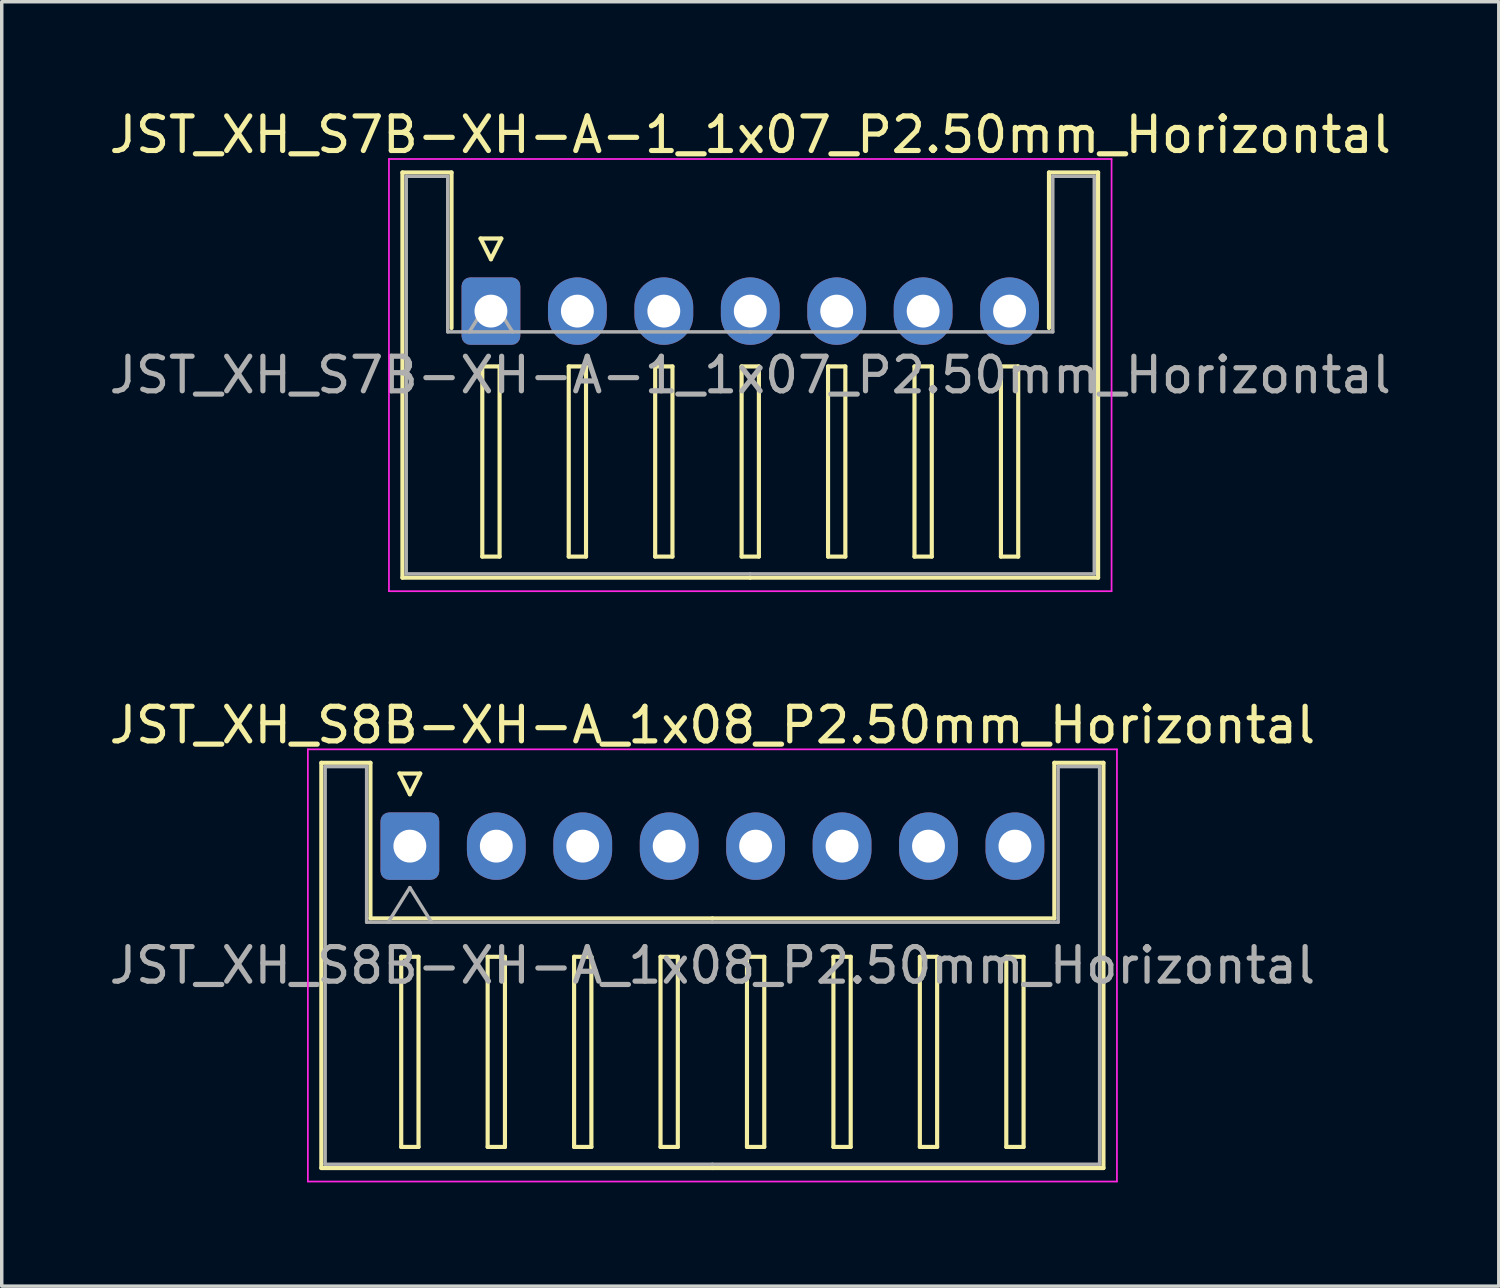
<source format=kicad_pcb>
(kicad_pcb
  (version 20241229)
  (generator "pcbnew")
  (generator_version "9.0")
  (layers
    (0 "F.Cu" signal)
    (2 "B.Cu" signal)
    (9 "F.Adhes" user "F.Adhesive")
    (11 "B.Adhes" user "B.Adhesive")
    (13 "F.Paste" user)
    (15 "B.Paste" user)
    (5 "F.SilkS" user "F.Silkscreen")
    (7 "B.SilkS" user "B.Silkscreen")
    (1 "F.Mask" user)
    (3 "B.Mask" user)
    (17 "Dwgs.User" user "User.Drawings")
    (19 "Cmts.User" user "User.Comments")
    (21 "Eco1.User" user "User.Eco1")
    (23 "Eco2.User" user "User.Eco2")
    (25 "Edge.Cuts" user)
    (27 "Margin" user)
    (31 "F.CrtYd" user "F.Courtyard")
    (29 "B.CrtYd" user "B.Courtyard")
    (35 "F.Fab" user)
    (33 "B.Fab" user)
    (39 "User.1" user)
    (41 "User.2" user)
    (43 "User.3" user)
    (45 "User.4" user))
  (footprint "JST_XH_S7B-XH-A-1_1x07_P2.50mm_Horizontal"
    (layer "F.Cu")
    (at 11.149 5.948)
    (property "Reference" "JST_XH_S7B-XH-A-1_1x07_P2.50mm_Horizontal" (at 7.5 -5.1 0) (layer "F.SilkS") (effects (font (size 1 1) (thickness 0.15))))
    (attr through_hole)
    (fp_line (start -2.56 -4.01) (end -1.14 -4.01) (stroke (width 0.12) (type solid)) (layer "F.SilkS"))
    (fp_line (start -2.56 7.71) (end -2.56 -4.01) (stroke (width 0.12) (type solid)) (layer "F.SilkS"))
    (fp_line (start -1.14 -4.01) (end -1.14 0.49) (stroke (width 0.12) (type solid)) (layer "F.SilkS"))
    (fp_line (start -0.3 -2.1) (end 0.3 -2.1) (stroke (width 0.12) (type solid)) (layer "F.SilkS"))
    (fp_line (start -0.25 1.6) (end -0.25 7.1) (stroke (width 0.12) (type solid)) (layer "F.SilkS"))
    (fp_line (start -0.25 7.1) (end 0.25 7.1) (stroke (width 0.12) (type solid)) (layer "F.SilkS"))
    (fp_line (start 0 -1.5) (end -0.3 -2.1) (stroke (width 0.12) (type solid)) (layer "F.SilkS"))
    (fp_line (start 0.25 1.6) (end -0.25 1.6) (stroke (width 0.12) (type solid)) (layer "F.SilkS"))
    (fp_line (start 0.25 7.1) (end 0.25 1.6) (stroke (width 0.12) (type solid)) (layer "F.SilkS"))
    (fp_line (start 0.3 -2.1) (end 0 -1.5) (stroke (width 0.12) (type solid)) (layer "F.SilkS"))
    (fp_line (start 2.25 1.6) (end 2.25 7.1) (stroke (width 0.12) (type solid)) (layer "F.SilkS"))
    (fp_line (start 2.25 7.1) (end 2.75 7.1) (stroke (width 0.12) (type solid)) (layer "F.SilkS"))
    (fp_line (start 2.75 1.6) (end 2.25 1.6) (stroke (width 0.12) (type solid)) (layer "F.SilkS"))
    (fp_line (start 2.75 7.1) (end 2.75 1.6) (stroke (width 0.12) (type solid)) (layer "F.SilkS"))
    (fp_line (start 4.75 1.6) (end 4.75 7.1) (stroke (width 0.12) (type solid)) (layer "F.SilkS"))
    (fp_line (start 4.75 7.1) (end 5.25 7.1) (stroke (width 0.12) (type solid)) (layer "F.SilkS"))
    (fp_line (start 5.25 1.6) (end 4.75 1.6) (stroke (width 0.12) (type solid)) (layer "F.SilkS"))
    (fp_line (start 5.25 7.1) (end 5.25 1.6) (stroke (width 0.12) (type solid)) (layer "F.SilkS"))
    (fp_line (start 7.25 1.6) (end 7.25 7.1) (stroke (width 0.12) (type solid)) (layer "F.SilkS"))
    (fp_line (start 7.25 7.1) (end 7.75 7.1) (stroke (width 0.12) (type solid)) (layer "F.SilkS"))
    (fp_line (start 7.5 7.71) (end -2.56 7.71) (stroke (width 0.12) (type solid)) (layer "F.SilkS"))
    (fp_line (start 7.5 7.71) (end 17.56 7.71) (stroke (width 0.12) (type solid)) (layer "F.SilkS"))
    (fp_line (start 7.75 1.6) (end 7.25 1.6) (stroke (width 0.12) (type solid)) (layer "F.SilkS"))
    (fp_line (start 7.75 7.1) (end 7.75 1.6) (stroke (width 0.12) (type solid)) (layer "F.SilkS"))
    (fp_line (start 9.75 1.6) (end 9.75 7.1) (stroke (width 0.12) (type solid)) (layer "F.SilkS"))
    (fp_line (start 9.75 7.1) (end 10.25 7.1) (stroke (width 0.12) (type solid)) (layer "F.SilkS"))
    (fp_line (start 10.25 1.6) (end 9.75 1.6) (stroke (width 0.12) (type solid)) (layer "F.SilkS"))
    (fp_line (start 10.25 7.1) (end 10.25 1.6) (stroke (width 0.12) (type solid)) (layer "F.SilkS"))
    (fp_line (start 12.25 1.6) (end 12.25 7.1) (stroke (width 0.12) (type solid)) (layer "F.SilkS"))
    (fp_line (start 12.25 7.1) (end 12.75 7.1) (stroke (width 0.12) (type solid)) (layer "F.SilkS"))
    (fp_line (start 12.75 1.6) (end 12.25 1.6) (stroke (width 0.12) (type solid)) (layer "F.SilkS"))
    (fp_line (start 12.75 7.1) (end 12.75 1.6) (stroke (width 0.12) (type solid)) (layer "F.SilkS"))
    (fp_line (start 14.75 1.6) (end 14.75 7.1) (stroke (width 0.12) (type solid)) (layer "F.SilkS"))
    (fp_line (start 14.75 7.1) (end 15.25 7.1) (stroke (width 0.12) (type solid)) (layer "F.SilkS"))
    (fp_line (start 15.25 1.6) (end 14.75 1.6) (stroke (width 0.12) (type solid)) (layer "F.SilkS"))
    (fp_line (start 15.25 7.1) (end 15.25 1.6) (stroke (width 0.12) (type solid)) (layer "F.SilkS"))
    (fp_line (start 16.14 -4.01) (end 16.14 0.49) (stroke (width 0.12) (type solid)) (layer "F.SilkS"))
    (fp_line (start 17.56 -4.01) (end 16.14 -4.01) (stroke (width 0.12) (type solid)) (layer "F.SilkS"))
    (fp_line (start 17.56 7.71) (end 17.56 -4.01) (stroke (width 0.12) (type solid)) (layer "F.SilkS"))
    (fp_line (start -2.95 -4.4) (end -2.95 8.1) (stroke (width 0.05) (type solid)) (layer "F.CrtYd"))
    (fp_line (start -2.95 8.1) (end 17.95 8.1) (stroke (width 0.05) (type solid)) (layer "F.CrtYd"))
    (fp_line (start 17.95 -4.4) (end -2.95 -4.4) (stroke (width 0.05) (type solid)) (layer "F.CrtYd"))
    (fp_line (start 17.95 8.1) (end 17.95 -4.4) (stroke (width 0.05) (type solid)) (layer "F.CrtYd"))
    (fp_line (start -2.45 -3.9) (end -1.25 -3.9) (stroke (width 0.1) (type solid)) (layer "F.Fab"))
    (fp_line (start -2.45 7.6) (end -2.45 -3.9) (stroke (width 0.1) (type solid)) (layer "F.Fab"))
    (fp_line (start -1.25 -3.9) (end -1.25 0.6) (stroke (width 0.1) (type solid)) (layer "F.Fab"))
    (fp_line (start -1.25 0.6) (end 7.5 0.6) (stroke (width 0.1) (type solid)) (layer "F.Fab"))
    (fp_line (start -0.625 0.6) (end 0 -0.4) (stroke (width 0.1) (type solid)) (layer "F.Fab"))
    (fp_line (start 0 -0.4) (end 0.625 0.6) (stroke (width 0.1) (type solid)) (layer "F.Fab"))
    (fp_line (start 7.5 7.6) (end -2.45 7.6) (stroke (width 0.1) (type solid)) (layer "F.Fab"))
    (fp_line (start 7.5 7.6) (end 17.45 7.6) (stroke (width 0.1) (type solid)) (layer "F.Fab"))
    (fp_line (start 16.25 -3.9) (end 16.25 0.6) (stroke (width 0.1) (type solid)) (layer "F.Fab"))
    (fp_line (start 16.25 0.6) (end 7.5 0.6) (stroke (width 0.1) (type solid)) (layer "F.Fab"))
    (fp_line (start 17.45 -3.9) (end 16.25 -3.9) (stroke (width 0.1) (type solid)) (layer "F.Fab"))
    (fp_line (start 17.45 7.6) (end 17.45 -3.9) (stroke (width 0.1) (type solid)) (layer "F.Fab"))
    (fp_text user "${REFERENCE}" (at 7.5 1.85 0) (layer "F.Fab") (effects (font (size 1 1) (thickness 0.15))))
    (pad "1" thru_hole roundrect (at 0 0) (size 1.7 1.95) (drill 0.95) (layers "*.Cu" "*.Mask") (roundrect_rratio 0.147))
    (pad "2" thru_hole oval (at 2.5 0) (size 1.7 1.95) (drill 0.95) (layers "*.Cu" "*.Mask"))
    (pad "3" thru_hole oval (at 5 0) (size 1.7 1.95) (drill 0.95) (layers "*.Cu" "*.Mask"))
    (pad "4" thru_hole oval (at 7.5 0) (size 1.7 1.95) (drill 0.95) (layers "*.Cu" "*.Mask"))
    (pad "5" thru_hole oval (at 10 0) (size 1.7 1.95) (drill 0.95) (layers "*.Cu" "*.Mask"))
    (pad "6" thru_hole oval (at 12.5 0) (size 1.7 1.95) (drill 0.95) (layers "*.Cu" "*.Mask"))
    (pad "7" thru_hole oval (at 15 0) (size 1.7 1.95) (drill 0.95) (layers "*.Cu" "*.Mask")))
  (footprint "JST_XH_S8B-XH-A_1x08_P2.50mm_Horizontal"
    (layer "F.Cu")
    (at 8.804 21.422)
    (property "Reference" "JST_XH_S8B-XH-A_1x08_P2.50mm_Horizontal" (at 8.75 -3.5 0) (layer "F.SilkS") (effects (font (size 1 1) (thickness 0.15))))
    (attr through_hole)
    (fp_line (start -2.56 -2.41) (end -1.14 -2.41) (stroke (width 0.12) (type solid)) (layer "F.SilkS"))
    (fp_line (start -2.56 9.31) (end -2.56 -2.41) (stroke (width 0.12) (type solid)) (layer "F.SilkS"))
    (fp_line (start -1.14 -2.41) (end -1.14 2.09) (stroke (width 0.12) (type solid)) (layer "F.SilkS"))
    (fp_line (start -1.14 2.09) (end 8.75 2.09) (stroke (width 0.12) (type solid)) (layer "F.SilkS"))
    (fp_line (start -0.3 -2.1) (end 0.3 -2.1) (stroke (width 0.12) (type solid)) (layer "F.SilkS"))
    (fp_line (start -0.25 3.2) (end -0.25 8.7) (stroke (width 0.12) (type solid)) (layer "F.SilkS"))
    (fp_line (start -0.25 8.7) (end 0.25 8.7) (stroke (width 0.12) (type solid)) (layer "F.SilkS"))
    (fp_line (start 0 -1.5) (end -0.3 -2.1) (stroke (width 0.12) (type solid)) (layer "F.SilkS"))
    (fp_line (start 0.25 3.2) (end -0.25 3.2) (stroke (width 0.12) (type solid)) (layer "F.SilkS"))
    (fp_line (start 0.25 8.7) (end 0.25 3.2) (stroke (width 0.12) (type solid)) (layer "F.SilkS"))
    (fp_line (start 0.3 -2.1) (end 0 -1.5) (stroke (width 0.12) (type solid)) (layer "F.SilkS"))
    (fp_line (start 2.25 3.2) (end 2.25 8.7) (stroke (width 0.12) (type solid)) (layer "F.SilkS"))
    (fp_line (start 2.25 8.7) (end 2.75 8.7) (stroke (width 0.12) (type solid)) (layer "F.SilkS"))
    (fp_line (start 2.75 3.2) (end 2.25 3.2) (stroke (width 0.12) (type solid)) (layer "F.SilkS"))
    (fp_line (start 2.75 8.7) (end 2.75 3.2) (stroke (width 0.12) (type solid)) (layer "F.SilkS"))
    (fp_line (start 4.75 3.2) (end 4.75 8.7) (stroke (width 0.12) (type solid)) (layer "F.SilkS"))
    (fp_line (start 4.75 8.7) (end 5.25 8.7) (stroke (width 0.12) (type solid)) (layer "F.SilkS"))
    (fp_line (start 5.25 3.2) (end 4.75 3.2) (stroke (width 0.12) (type solid)) (layer "F.SilkS"))
    (fp_line (start 5.25 8.7) (end 5.25 3.2) (stroke (width 0.12) (type solid)) (layer "F.SilkS"))
    (fp_line (start 7.25 3.2) (end 7.25 8.7) (stroke (width 0.12) (type solid)) (layer "F.SilkS"))
    (fp_line (start 7.25 8.7) (end 7.75 8.7) (stroke (width 0.12) (type solid)) (layer "F.SilkS"))
    (fp_line (start 7.75 3.2) (end 7.25 3.2) (stroke (width 0.12) (type solid)) (layer "F.SilkS"))
    (fp_line (start 7.75 8.7) (end 7.75 3.2) (stroke (width 0.12) (type solid)) (layer "F.SilkS"))
    (fp_line (start 8.75 9.31) (end -2.56 9.31) (stroke (width 0.12) (type solid)) (layer "F.SilkS"))
    (fp_line (start 8.75 9.31) (end 20.06 9.31) (stroke (width 0.12) (type solid)) (layer "F.SilkS"))
    (fp_line (start 9.75 3.2) (end 9.75 8.7) (stroke (width 0.12) (type solid)) (layer "F.SilkS"))
    (fp_line (start 9.75 8.7) (end 10.25 8.7) (stroke (width 0.12) (type solid)) (layer "F.SilkS"))
    (fp_line (start 10.25 3.2) (end 9.75 3.2) (stroke (width 0.12) (type solid)) (layer "F.SilkS"))
    (fp_line (start 10.25 8.7) (end 10.25 3.2) (stroke (width 0.12) (type solid)) (layer "F.SilkS"))
    (fp_line (start 12.25 3.2) (end 12.25 8.7) (stroke (width 0.12) (type solid)) (layer "F.SilkS"))
    (fp_line (start 12.25 8.7) (end 12.75 8.7) (stroke (width 0.12) (type solid)) (layer "F.SilkS"))
    (fp_line (start 12.75 3.2) (end 12.25 3.2) (stroke (width 0.12) (type solid)) (layer "F.SilkS"))
    (fp_line (start 12.75 8.7) (end 12.75 3.2) (stroke (width 0.12) (type solid)) (layer "F.SilkS"))
    (fp_line (start 14.75 3.2) (end 14.75 8.7) (stroke (width 0.12) (type solid)) (layer "F.SilkS"))
    (fp_line (start 14.75 8.7) (end 15.25 8.7) (stroke (width 0.12) (type solid)) (layer "F.SilkS"))
    (fp_line (start 15.25 3.2) (end 14.75 3.2) (stroke (width 0.12) (type solid)) (layer "F.SilkS"))
    (fp_line (start 15.25 8.7) (end 15.25 3.2) (stroke (width 0.12) (type solid)) (layer "F.SilkS"))
    (fp_line (start 17.25 3.2) (end 17.25 8.7) (stroke (width 0.12) (type solid)) (layer "F.SilkS"))
    (fp_line (start 17.25 8.7) (end 17.75 8.7) (stroke (width 0.12) (type solid)) (layer "F.SilkS"))
    (fp_line (start 17.75 3.2) (end 17.25 3.2) (stroke (width 0.12) (type solid)) (layer "F.SilkS"))
    (fp_line (start 17.75 8.7) (end 17.75 3.2) (stroke (width 0.12) (type solid)) (layer "F.SilkS"))
    (fp_line (start 18.64 -2.41) (end 18.64 2.09) (stroke (width 0.12) (type solid)) (layer "F.SilkS"))
    (fp_line (start 18.64 2.09) (end 8.75 2.09) (stroke (width 0.12) (type solid)) (layer "F.SilkS"))
    (fp_line (start 20.06 -2.41) (end 18.64 -2.41) (stroke (width 0.12) (type solid)) (layer "F.SilkS"))
    (fp_line (start 20.06 9.31) (end 20.06 -2.41) (stroke (width 0.12) (type solid)) (layer "F.SilkS"))
    (fp_line (start -2.95 -2.8) (end -2.95 9.7) (stroke (width 0.05) (type solid)) (layer "F.CrtYd"))
    (fp_line (start -2.95 9.7) (end 20.45 9.7) (stroke (width 0.05) (type solid)) (layer "F.CrtYd"))
    (fp_line (start 20.45 -2.8) (end -2.95 -2.8) (stroke (width 0.05) (type solid)) (layer "F.CrtYd"))
    (fp_line (start 20.45 9.7) (end 20.45 -2.8) (stroke (width 0.05) (type solid)) (layer "F.CrtYd"))
    (fp_line (start -2.45 -2.3) (end -1.25 -2.3) (stroke (width 0.1) (type solid)) (layer "F.Fab"))
    (fp_line (start -2.45 9.2) (end -2.45 -2.3) (stroke (width 0.1) (type solid)) (layer "F.Fab"))
    (fp_line (start -1.25 -2.3) (end -1.25 2.2) (stroke (width 0.1) (type solid)) (layer "F.Fab"))
    (fp_line (start -1.25 2.2) (end 8.75 2.2) (stroke (width 0.1) (type solid)) (layer "F.Fab"))
    (fp_line (start -0.625 2.2) (end 0 1.2) (stroke (width 0.1) (type solid)) (layer "F.Fab"))
    (fp_line (start 0 1.2) (end 0.625 2.2) (stroke (width 0.1) (type solid)) (layer "F.Fab"))
    (fp_line (start 8.75 9.2) (end -2.45 9.2) (stroke (width 0.1) (type solid)) (layer "F.Fab"))
    (fp_line (start 8.75 9.2) (end 19.95 9.2) (stroke (width 0.1) (type solid)) (layer "F.Fab"))
    (fp_line (start 18.75 -2.3) (end 18.75 2.2) (stroke (width 0.1) (type solid)) (layer "F.Fab"))
    (fp_line (start 18.75 2.2) (end 8.75 2.2) (stroke (width 0.1) (type solid)) (layer "F.Fab"))
    (fp_line (start 19.95 -2.3) (end 18.75 -2.3) (stroke (width 0.1) (type solid)) (layer "F.Fab"))
    (fp_line (start 19.95 9.2) (end 19.95 -2.3) (stroke (width 0.1) (type solid)) (layer "F.Fab"))
    (fp_text user "${REFERENCE}" (at 8.75 3.45 0) (layer "F.Fab") (effects (font (size 1 1) (thickness 0.15))))
    (pad "1" thru_hole roundrect (at 0 0) (size 1.7 1.95) (drill 0.95) (layers "*.Cu" "*.Mask") (roundrect_rratio 0.147))
    (pad "2" thru_hole oval (at 2.5 0) (size 1.7 1.95) (drill 0.95) (layers "*.Cu" "*.Mask"))
    (pad "3" thru_hole oval (at 5 0) (size 1.7 1.95) (drill 0.95) (layers "*.Cu" "*.Mask"))
    (pad "4" thru_hole oval (at 7.5 0) (size 1.7 1.95) (drill 0.95) (layers "*.Cu" "*.Mask"))
    (pad "5" thru_hole oval (at 10 0) (size 1.7 1.95) (drill 0.95) (layers "*.Cu" "*.Mask"))
    (pad "6" thru_hole oval (at 12.5 0) (size 1.7 1.95) (drill 0.95) (layers "*.Cu" "*.Mask"))
    (pad "7" thru_hole oval (at 15 0) (size 1.7 1.95) (drill 0.95) (layers "*.Cu" "*.Mask"))
    (pad "8" thru_hole oval (at 17.5 0) (size 1.7 1.95) (drill 0.95) (layers "*.Cu" "*.Mask")))
  (gr_rect
    (start -3 -3)
    (end 40.298 34.147)
    (stroke (width 0.1) (type default))
    (fill no)
    (layer "Edge.Cuts")))
</source>
